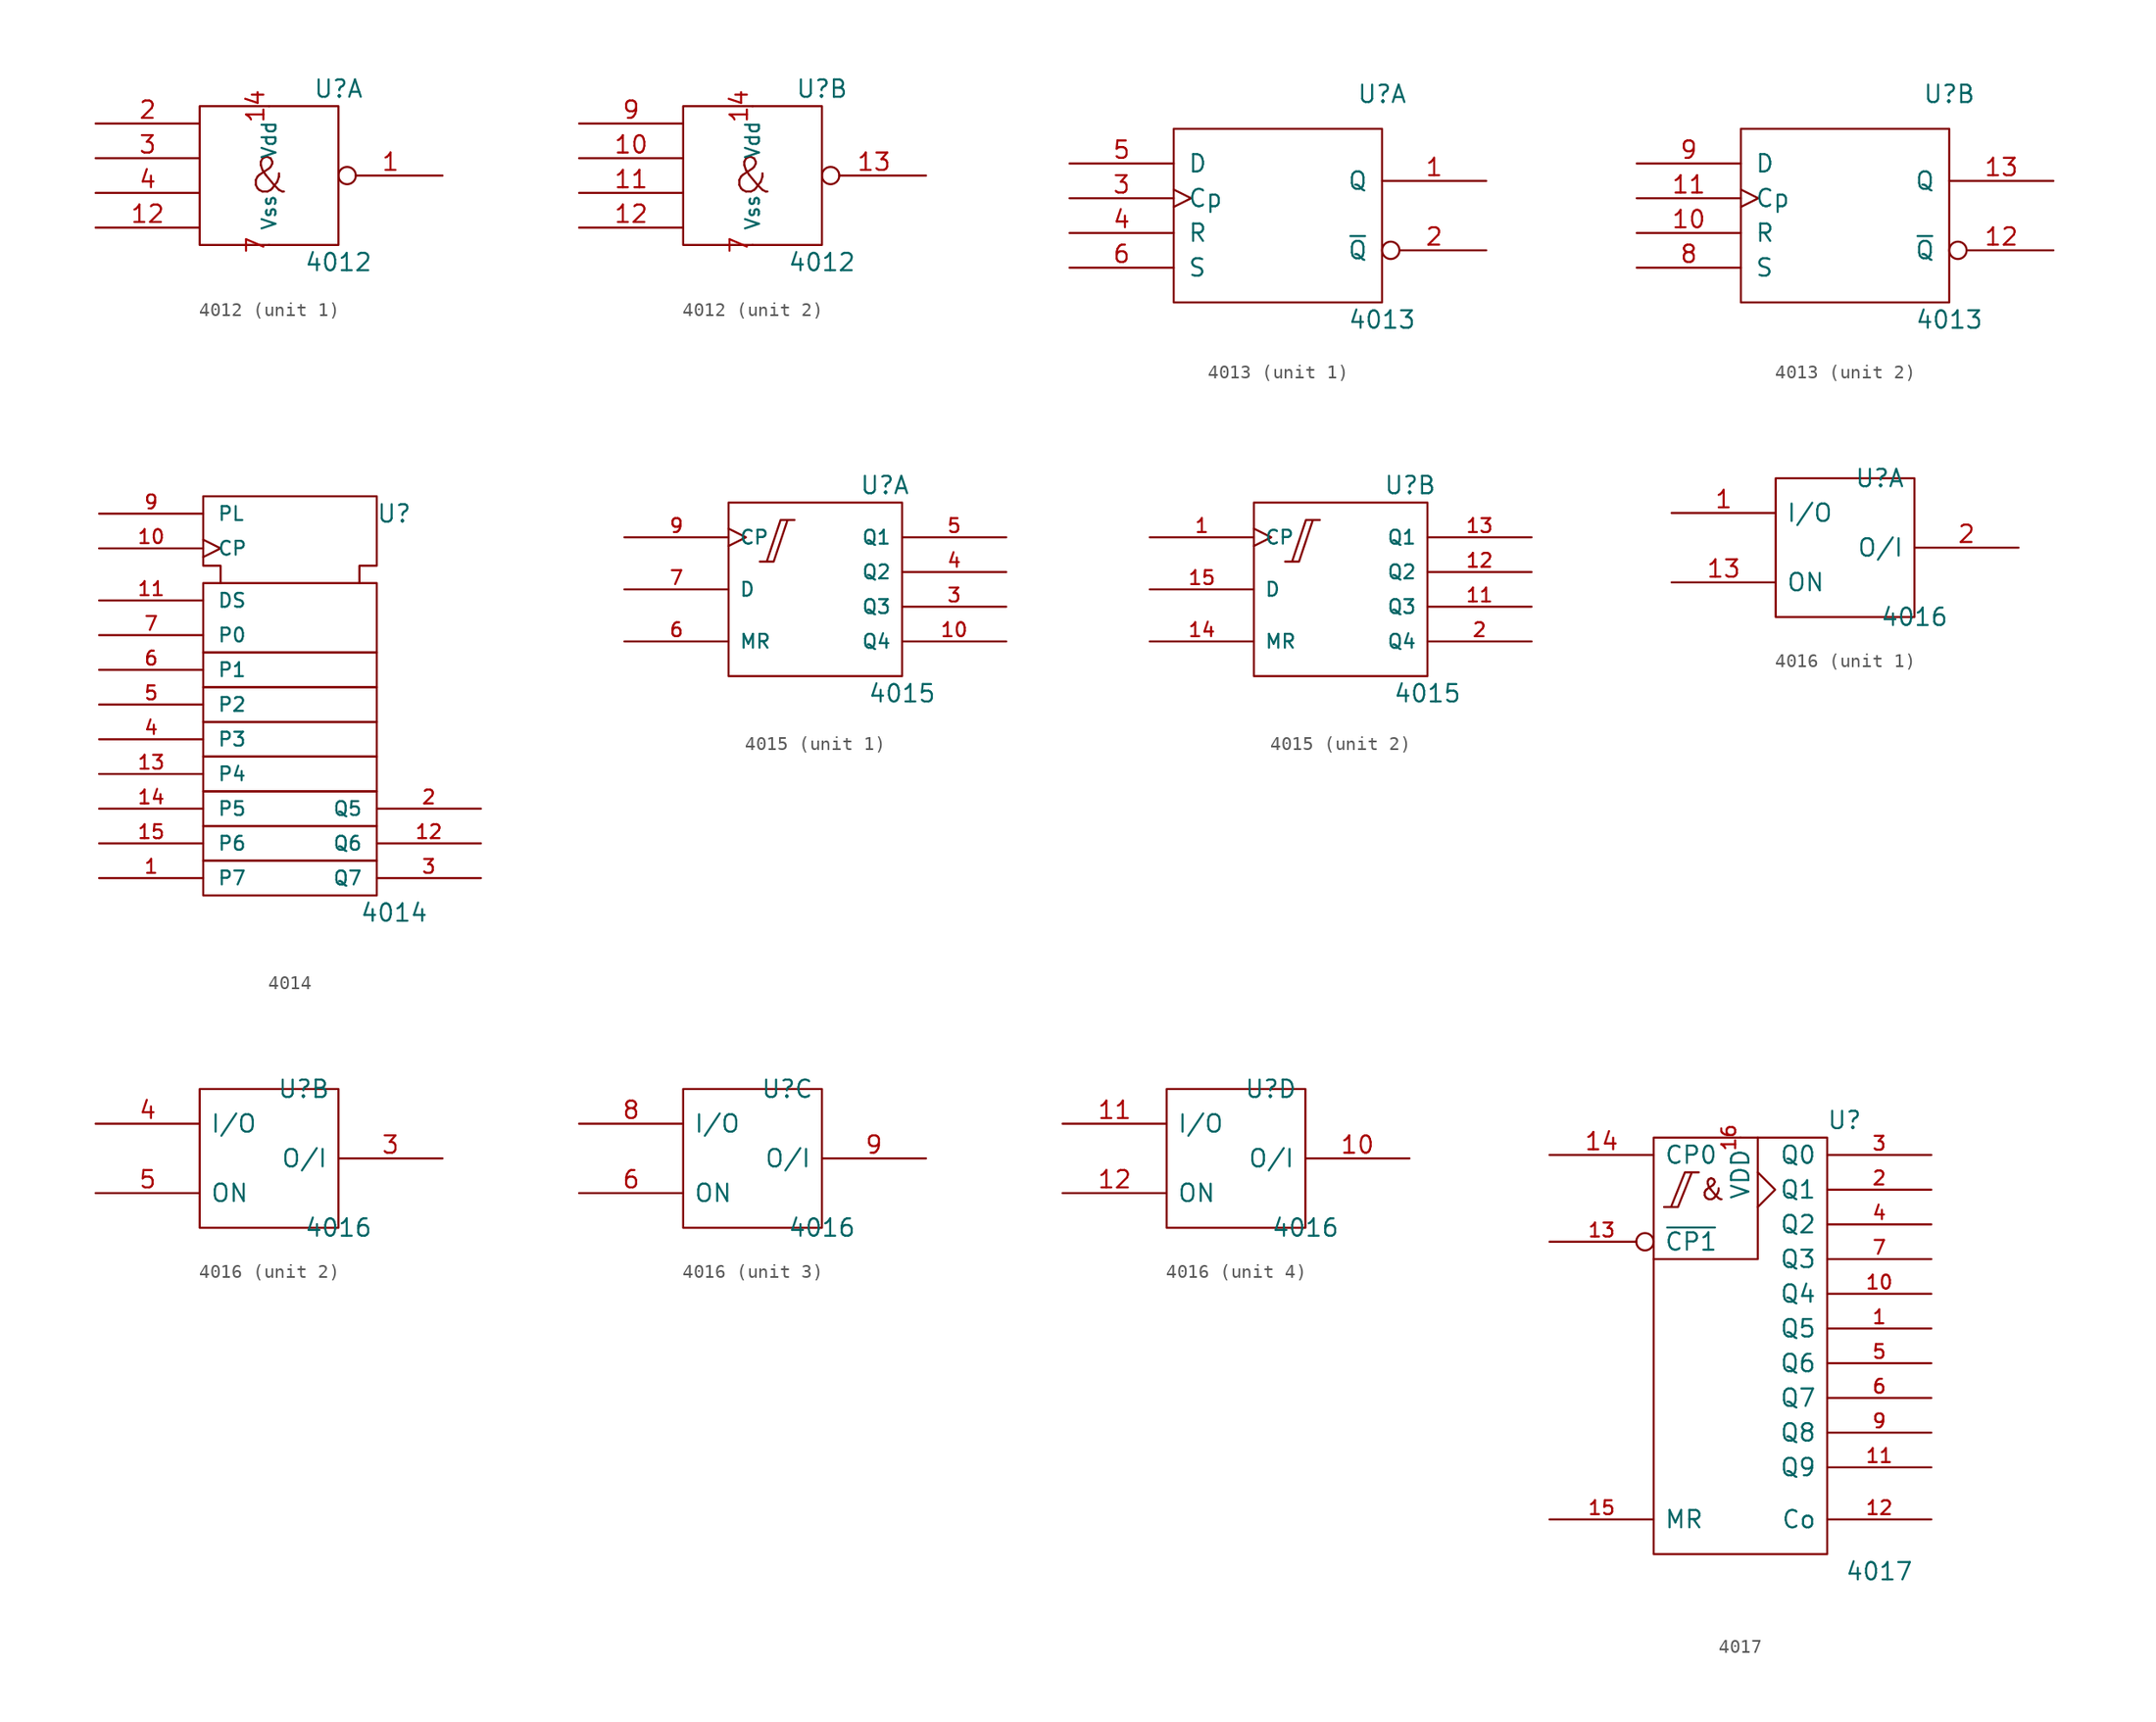
<source format=kicad_sym>
(kicad_symbol_lib
  (version 20201005)
  (generator kicad_symbol_editor)
  (symbol "4012"
    (pin_names
      (offset 1.016))
    (property "Reference" "U"
      (at 5.08 6.35 0)
      (effects (font (size 1.27 1.27))))
    (property "Value" "4012"
      (at 5.08 -6.35 0)
      (effects (font (size 1.27 1.27))))
    (symbol "4012_0_0"
      (text "&" (at 0 0 0) (effects (font (size 2.54 2.54)))))
    (symbol "4012_0_1"
      (rectangle (start -5.08 5.08) (end 5.08 -5.08) (stroke (width 0)) (fill (type none)))
      (pin power_in line (at 0 5.08 270) (length 0) (name "Vdd" (effects (font (size 1.016 1.016)))) (number "14" (effects (font (size 1.27 1.27)))))
      (pin power_in line (at 0 -5.08 90) (length 0) (name "Vss" (effects (font (size 1.016 1.016)))) (number "7" (effects (font (size 1.27 1.27))))))
    (symbol "4012_1_1"
      (pin output inverted (at 12.7 0 180) (length 7.62) (name "~" (effects (font (size 1.27 1.27)))) (number "1" (effects (font (size 1.27 1.27)))))
      (pin power_in line (at -12.7 -3.81 0) (length 7.62) (name "~" (effects (font (size 1.016 1.016)))) (number "12" (effects (font (size 1.27 1.27)))))
      (pin input line (at -12.7 3.81 0) (length 7.62) (name "~" (effects (font (size 1.27 1.27)))) (number "2" (effects (font (size 1.27 1.27)))))
      (pin input line (at -12.7 1.27 0) (length 7.62) (name "~" (effects (font (size 1.27 1.27)))) (number "3" (effects (font (size 1.27 1.27)))))
      (pin input line (at -12.7 -1.27 0) (length 7.62) (name "~" (effects (font (size 1.27 1.27)))) (number "4" (effects (font (size 1.27 1.27))))))
    (symbol "4012_2_1"
      (pin input line (at -12.7 1.27 0) (length 7.62) (name "~" (effects (font (size 1.27 1.27)))) (number "10" (effects (font (size 1.27 1.27)))))
      (pin input line (at -12.7 -1.27 0) (length 7.62) (name "~" (effects (font (size 1.27 1.27)))) (number "11" (effects (font (size 1.27 1.27)))))
      (pin power_in line (at -12.7 -3.81 0) (length 7.62) (name "~" (effects (font (size 1.016 1.016)))) (number "12" (effects (font (size 1.27 1.27)))))
      (pin output inverted (at 12.7 0 180) (length 7.62) (name "~" (effects (font (size 1.27 1.27)))) (number "13" (effects (font (size 1.27 1.27)))))
      (pin input line (at -12.7 3.81 0) (length 7.62) (name "~" (effects (font (size 1.27 1.27)))) (number "9" (effects (font (size 1.27 1.27)))))))
  (symbol "4013"
    (pin_names
      (offset 1.016))
    (property "Reference" "U"
      (at 7.62 8.89 0)
      (effects (font (size 1.27 1.27))))
    (property "Value" "4013"
      (at 7.62 -7.62 0)
      (effects (font (size 1.27 1.27))))
    (symbol "4013_0_0"
      (pin power_in line (at 0 6.35 270) (length 0) hide (name "Vdd" (effects (font (size 0.762 0.762)))) (number "14" (effects (font (size 1.27 1.27)))))
      (pin power_in line (at 0 -6.35 90) (length 0) hide (name "Vss" (effects (font (size 0.762 0.762)))) (number "7" (effects (font (size 1.27 1.27))))))
    (symbol "4013_0_1"
      (rectangle (start -7.62 6.35) (end 7.62 -6.35) (stroke (width 0)) (fill (type none))))
    (symbol "4013_1_1"
      (pin output line (at 15.24 2.54 180) (length 7.62) (name "Q" (effects (font (size 1.27 1.27)))) (number "1" (effects (font (size 1.27 1.27)))))
      (pin output inverted (at 15.24 -2.54 180) (length 7.62) (name "~Q" (effects (font (size 1.27 1.27)))) (number "2" (effects (font (size 1.27 1.27)))))
      (pin input clock (at -15.24 1.27 0) (length 7.62) (name "Cp" (effects (font (size 1.27 1.27)))) (number "3" (effects (font (size 1.27 1.27)))))
      (pin input line (at -15.24 -1.27 0) (length 7.62) (name "R" (effects (font (size 1.27 1.27)))) (number "4" (effects (font (size 1.27 1.27)))))
      (pin input line (at -15.24 3.81 0) (length 7.62) (name "D" (effects (font (size 1.27 1.27)))) (number "5" (effects (font (size 1.27 1.27)))))
      (pin input line (at -15.24 -3.81 0) (length 7.62) (name "S" (effects (font (size 1.27 1.27)))) (number "6" (effects (font (size 1.27 1.27))))))
    (symbol "4013_2_1"
      (pin input line (at -15.24 -1.27 0) (length 7.62) (name "R" (effects (font (size 1.27 1.27)))) (number "10" (effects (font (size 1.27 1.27)))))
      (pin input clock (at -15.24 1.27 0) (length 7.62) (name "Cp" (effects (font (size 1.27 1.27)))) (number "11" (effects (font (size 1.27 1.27)))))
      (pin input inverted (at 15.24 -2.54 180) (length 7.62) (name "~Q" (effects (font (size 1.27 1.27)))) (number "12" (effects (font (size 1.27 1.27)))))
      (pin input line (at 15.24 2.54 180) (length 7.62) (name "Q" (effects (font (size 1.27 1.27)))) (number "13" (effects (font (size 1.27 1.27)))))
      (pin input line (at -15.24 -3.81 0) (length 7.62) (name "S" (effects (font (size 1.27 1.27)))) (number "8" (effects (font (size 1.27 1.27)))))
      (pin input line (at -15.24 3.81 0) (length 7.62) (name "D" (effects (font (size 1.27 1.27)))) (number "9" (effects (font (size 1.27 1.27)))))))
  (symbol "4014"
    (pin_names
      (offset 1.016))
    (property "Reference" "U"
      (at 7.62 7.62 0)
      (effects (font (size 1.27 1.27))))
    (property "Value" "4014"
      (at 7.62 -21.59 0)
      (effects (font (size 1.27 1.27))))
    (symbol "4014_0_1"
      (rectangle (start -6.35 -17.78) (end 6.35 -20.32) (stroke (width 0)) (fill (type none)))
      (rectangle (start -6.35 -15.24) (end 6.35 -17.78) (stroke (width 0)) (fill (type none)))
      (rectangle (start -6.35 -12.7) (end 6.35 -15.24) (stroke (width 0)) (fill (type none)))
      (rectangle (start -6.35 -10.16) (end 6.35 -12.7) (stroke (width 0)) (fill (type none)))
      (rectangle (start -6.35 -7.62) (end 6.35 -10.16) (stroke (width 0)) (fill (type none)))
      (rectangle (start -6.35 -5.08) (end 6.35 -7.62) (stroke (width 0)) (fill (type none)))
      (rectangle (start -6.35 -2.54) (end 6.35 -5.08) (stroke (width 0)) (fill (type none)))
      (rectangle (start -6.35 2.54) (end 6.35 -2.54) (stroke (width 0)) (fill (type none)))
      (polyline (pts (xy -5.08 2.54) (xy -5.08 3.81) (xy -6.35 3.81) (xy -6.35 8.89) (xy 6.35 8.89) (xy 6.35 3.81) (xy 5.08 3.81) (xy 5.08 2.54) (xy 5.08 2.54)) (stroke (width 0)) (fill (type none))))
    (symbol "4014_1_1"
      (pin input line (at -13.97 -19.05 0) (length 7.62) (name "P7" (effects (font (size 1.016 1.016)))) (number "1" (effects (font (size 1.016 1.016)))))
      (pin output clock (at -13.97 5.08 0) (length 7.62) (name "CP" (effects (font (size 1.016 1.016)))) (number "10" (effects (font (size 1.016 1.016)))))
      (pin output line (at -13.97 1.27 0) (length 7.62) (name "DS" (effects (font (size 1.016 1.016)))) (number "11" (effects (font (size 1.016 1.016)))))
      (pin output line (at 13.97 -16.51 180) (length 7.62) (name "Q6" (effects (font (size 1.016 1.016)))) (number "12" (effects (font (size 1.016 1.016)))))
      (pin input line (at -13.97 -11.43 0) (length 7.62) (name "P4" (effects (font (size 1.016 1.016)))) (number "13" (effects (font (size 1.016 1.016)))))
      (pin input line (at -13.97 -13.97 0) (length 7.62) (name "P5" (effects (font (size 1.016 1.016)))) (number "14" (effects (font (size 1.016 1.016)))))
      (pin input line (at -13.97 -16.51 0) (length 7.62) (name "P6" (effects (font (size 1.016 1.016)))) (number "15" (effects (font (size 1.016 1.016)))))
      (pin power_in line (at 3.81 8.89 270) (length 0) hide (name "Vdd" (effects (font (size 1.016 1.016)))) (number "16" (effects (font (size 1.016 1.016)))))
      (pin output line (at 13.97 -13.97 180) (length 7.62) (name "Q5" (effects (font (size 1.016 1.016)))) (number "2" (effects (font (size 1.016 1.016)))))
      (pin output line (at 13.97 -19.05 180) (length 7.62) (name "Q7" (effects (font (size 1.016 1.016)))) (number "3" (effects (font (size 1.016 1.016)))))
      (pin input line (at -13.97 -8.89 0) (length 7.62) (name "P3" (effects (font (size 1.016 1.016)))) (number "4" (effects (font (size 1.016 1.016)))))
      (pin input line (at -13.97 -6.35 0) (length 7.62) (name "P2" (effects (font (size 1.016 1.016)))) (number "5" (effects (font (size 1.016 1.016)))))
      (pin input line (at -13.97 -3.81 0) (length 7.62) (name "P1" (effects (font (size 1.016 1.016)))) (number "6" (effects (font (size 1.016 1.016)))))
      (pin input line (at -13.97 -1.27 0) (length 7.62) (name "P0" (effects (font (size 1.016 1.016)))) (number "7" (effects (font (size 1.016 1.016)))))
      (pin power_in line (at 0 8.89 270) (length 0) hide (name "Vss" (effects (font (size 1.016 1.016)))) (number "8" (effects (font (size 1.016 1.016)))))
      (pin output line (at -13.97 7.62 0) (length 7.62) (name "PL" (effects (font (size 1.016 1.016)))) (number "9" (effects (font (size 1.016 1.016)))))))
  (symbol "4015"
    (pin_names
      (offset 0.762))
    (property "Reference" "U"
      (at 5.08 7.62 0)
      (effects (font (size 1.27 1.27))))
    (property "Value" "4015"
      (at 6.35 -7.62 0)
      (effects (font (size 1.27 1.27))))
    (symbol "4015_0_1"
      (rectangle (start 6.35 6.35) (end -6.35 -6.35) (stroke (width 0)) (fill (type none)))
      (polyline (pts (xy -4.064 2.032) (xy -3.048 2.032) (xy -2.032 5.08) (xy -1.524 5.08) (xy -2.54 5.08) (xy -3.556 2.032) (xy -3.556 2.032)) (stroke (width 0)) (fill (type none)))
      (pin power_in line (at 0 6.35 270) (length 0) hide (name "Vdd" (effects (font (size 1.016 1.016)))) (number "16" (effects (font (size 1.016 1.016)))))
      (pin power_in line (at 0 -6.35 90) (length 0) hide (name "Vss" (effects (font (size 1.016 1.016)))) (number "8" (effects (font (size 1.016 1.016))))))
    (symbol "4015_1_1"
      (pin output line (at 13.97 -3.81 180) (length 7.62) (name "Q4" (effects (font (size 1.016 1.016)))) (number "10" (effects (font (size 1.016 1.016)))))
      (pin output line (at 13.97 -1.27 180) (length 7.62) (name "Q3" (effects (font (size 1.016 1.016)))) (number "3" (effects (font (size 1.016 1.016)))))
      (pin output line (at 13.97 1.27 180) (length 7.62) (name "Q2" (effects (font (size 1.016 1.016)))) (number "4" (effects (font (size 1.016 1.016)))))
      (pin output line (at 13.97 3.81 180) (length 7.62) (name "Q1" (effects (font (size 1.016 1.016)))) (number "5" (effects (font (size 1.016 1.016)))))
      (pin input line (at -13.97 -3.81 0) (length 7.62) (name "MR" (effects (font (size 1.016 1.016)))) (number "6" (effects (font (size 1.016 1.016)))))
      (pin input line (at -13.97 0 0) (length 7.62) (name "D" (effects (font (size 1.016 1.016)))) (number "7" (effects (font (size 1.016 1.016)))))
      (pin input clock (at -13.97 3.81 0) (length 7.62) (name "CP" (effects (font (size 1.016 1.016)))) (number "9" (effects (font (size 1.016 1.016))))))
    (symbol "4015_2_1"
      (pin input clock (at -13.97 3.81 0) (length 7.62) (name "CP" (effects (font (size 1.016 1.016)))) (number "1" (effects (font (size 1.016 1.016)))))
      (pin output line (at 13.97 -1.27 180) (length 7.62) (name "Q3" (effects (font (size 1.016 1.016)))) (number "11" (effects (font (size 1.016 1.016)))))
      (pin output line (at 13.97 1.27 180) (length 7.62) (name "Q2" (effects (font (size 1.016 1.016)))) (number "12" (effects (font (size 1.016 1.016)))))
      (pin output line (at 13.97 3.81 180) (length 7.62) (name "Q1" (effects (font (size 1.016 1.016)))) (number "13" (effects (font (size 1.016 1.016)))))
      (pin input line (at -13.97 -3.81 0) (length 7.62) (name "MR" (effects (font (size 1.016 1.016)))) (number "14" (effects (font (size 1.016 1.016)))))
      (pin input line (at -13.97 0 0) (length 7.62) (name "D" (effects (font (size 1.016 1.016)))) (number "15" (effects (font (size 1.016 1.016)))))
      (pin output line (at 13.97 -3.81 180) (length 7.62) (name "Q4" (effects (font (size 1.016 1.016)))) (number "2" (effects (font (size 1.016 1.016)))))))
  (symbol "4016"
    (pin_names
      (offset 0.762))
    (property "Reference" "U"
      (at 2.54 5.08 0)
      (effects (font (size 1.27 1.27))))
    (property "Value" "4016"
      (at 5.08 -5.08 0)
      (effects (font (size 1.27 1.27))))
    (symbol "4016_0_1"
      (rectangle (start -5.08 5.08) (end 5.08 -5.08) (stroke (width 0)) (fill (type none)))
      (pin power_in line (at 0 5.08 270) (length 0) hide (name "Vdd" (effects (font (size 1.27 1.27)))) (number "14" (effects (font (size 1.27 1.27)))))
      (pin power_in line (at 0 -5.08 90) (length 0) hide (name "Vss" (effects (font (size 1.27 1.27)))) (number "7" (effects (font (size 1.27 1.27))))))
    (symbol "4016_1_1"
      (pin passive line (at -12.7 2.54 0) (length 7.62) (name "I/O" (effects (font (size 1.27 1.27)))) (number "1" (effects (font (size 1.27 1.27)))))
      (pin input line (at -12.7 -2.54 0) (length 7.62) (name "ON" (effects (font (size 1.27 1.27)))) (number "13" (effects (font (size 1.27 1.27)))))
      (pin passive line (at 12.7 0 180) (length 7.62) (name "O/I" (effects (font (size 1.27 1.27)))) (number "2" (effects (font (size 1.27 1.27))))))
    (symbol "4016_2_1"
      (pin passive line (at 12.7 0 180) (length 7.62) (name "O/I" (effects (font (size 1.27 1.27)))) (number "3" (effects (font (size 1.27 1.27)))))
      (pin passive line (at -12.7 2.54 0) (length 7.62) (name "I/O" (effects (font (size 1.27 1.27)))) (number "4" (effects (font (size 1.27 1.27)))))
      (pin input line (at -12.7 -2.54 0) (length 7.62) (name "ON" (effects (font (size 1.27 1.27)))) (number "5" (effects (font (size 1.27 1.27))))))
    (symbol "4016_3_1"
      (pin input line (at -12.7 -2.54 0) (length 7.62) (name "ON" (effects (font (size 1.27 1.27)))) (number "6" (effects (font (size 1.27 1.27)))))
      (pin passive line (at -12.7 2.54 0) (length 7.62) (name "I/O" (effects (font (size 1.27 1.27)))) (number "8" (effects (font (size 1.27 1.27)))))
      (pin passive line (at 12.7 0 180) (length 7.62) (name "O/I" (effects (font (size 1.27 1.27)))) (number "9" (effects (font (size 1.27 1.27))))))
    (symbol "4016_4_1"
      (pin passive line (at 12.7 0 180) (length 7.62) (name "O/I" (effects (font (size 1.27 1.27)))) (number "10" (effects (font (size 1.27 1.27)))))
      (pin passive line (at -12.7 2.54 0) (length 7.62) (name "I/O" (effects (font (size 1.27 1.27)))) (number "11" (effects (font (size 1.27 1.27)))))
      (pin input line (at -12.7 -2.54 0) (length 7.62) (name "ON" (effects (font (size 1.27 1.27)))) (number "12" (effects (font (size 1.27 1.27)))))))
  (symbol "4017"
    (pin_names
      (offset 0.762))
    (property "Reference" "U"
      (at 7.62 16.51 0)
      (effects (font (size 1.27 1.27))))
    (property "Value" "4017"
      (at 10.16 -16.51 0)
      (effects (font (size 1.27 1.27))))
    (symbol "4017_0_0"
      (text "&" (at -2.032 11.43 0) (effects (font (size 1.524 1.524))))
      (polyline (pts (xy -5.588 10.16) (xy -4.572 10.16) (xy -3.556 12.7) (xy -3.048 12.7) (xy -4.064 12.7) (xy -5.08 10.16) (xy -5.08 10.16)) (stroke (width 0)) (fill (type none)))
      (pin power_in line (at 0 15.24 270) (length 0) (name "VDD" (effects (font (size 1.27 1.27)))) (number "16" (effects (font (size 1.016 1.016)))))
      (pin power_in line (at 0 -15.24 90) (length 0) hide (name "VSS" (effects (font (size 1.27 1.27)))) (number "8" (effects (font (size 1.016 1.016))))))
    (symbol "4017_0_1"
      (rectangle (start -6.35 15.24) (end 6.35 -15.24) (stroke (width 0)) (fill (type none)))
      (polyline (pts (xy 1.27 12.7) (xy 2.54 11.43) (xy 1.27 10.16) (xy 1.27 10.16)) (stroke (width 0)) (fill (type none)))
      (polyline (pts (xy 1.27 15.24) (xy 1.27 6.35) (xy -6.35 6.35) (xy -6.35 6.35)) (stroke (width 0)) (fill (type none))))
    (symbol "4017_1_1"
      (pin output line (at 13.97 1.27 180) (length 7.62) (name "Q5" (effects (font (size 1.27 1.27)))) (number "1" (effects (font (size 1.016 1.016)))))
      (pin output line (at 13.97 3.81 180) (length 7.62) (name "Q4" (effects (font (size 1.27 1.27)))) (number "10" (effects (font (size 1.016 1.016)))))
      (pin output line (at 13.97 -8.89 180) (length 7.62) (name "Q9" (effects (font (size 1.27 1.27)))) (number "11" (effects (font (size 1.016 1.016)))))
      (pin output line (at 13.97 -12.7 180) (length 7.62) (name "Co" (effects (font (size 1.27 1.27)))) (number "12" (effects (font (size 1.016 1.016)))))
      (pin input inverted (at -13.97 7.62 0) (length 7.62) (name "~CP1" (effects (font (size 1.27 1.27)))) (number "13" (effects (font (size 1.016 1.016)))))
      (pin input line (at -13.97 13.97 0) (length 7.62) (name "CP0" (effects (font (size 1.27 1.27)))) (number "14" (effects (font (size 1.27 1.27)))))
      (pin input line (at -13.97 -12.7 0) (length 7.62) (name "MR" (effects (font (size 1.27 1.27)))) (number "15" (effects (font (size 1.016 1.016)))))
      (pin output line (at 13.97 11.43 180) (length 7.62) (name "Q1" (effects (font (size 1.27 1.27)))) (number "2" (effects (font (size 1.016 1.016)))))
      (pin output line (at 13.97 13.97 180) (length 7.62) (name "Q0" (effects (font (size 1.27 1.27)))) (number "3" (effects (font (size 1.016 1.016)))))
      (pin output line (at 13.97 8.89 180) (length 7.62) (name "Q2" (effects (font (size 1.27 1.27)))) (number "4" (effects (font (size 1.016 1.016)))))
      (pin output line (at 13.97 -1.27 180) (length 7.62) (name "Q6" (effects (font (size 1.27 1.27)))) (number "5" (effects (font (size 1.016 1.016)))))
      (pin output line (at 13.97 -3.81 180) (length 7.62) (name "Q7" (effects (font (size 1.27 1.27)))) (number "6" (effects (font (size 1.016 1.016)))))
      (pin output line (at 13.97 6.35 180) (length 7.62) (name "Q3" (effects (font (size 1.27 1.27)))) (number "7" (effects (font (size 1.016 1.016)))))
      (pin output line (at 13.97 -6.35 180) (length 7.62) (name "Q8" (effects (font (size 1.27 1.27)))) (number "9" (effects (font (size 1.016 1.016))))))))
</source>
